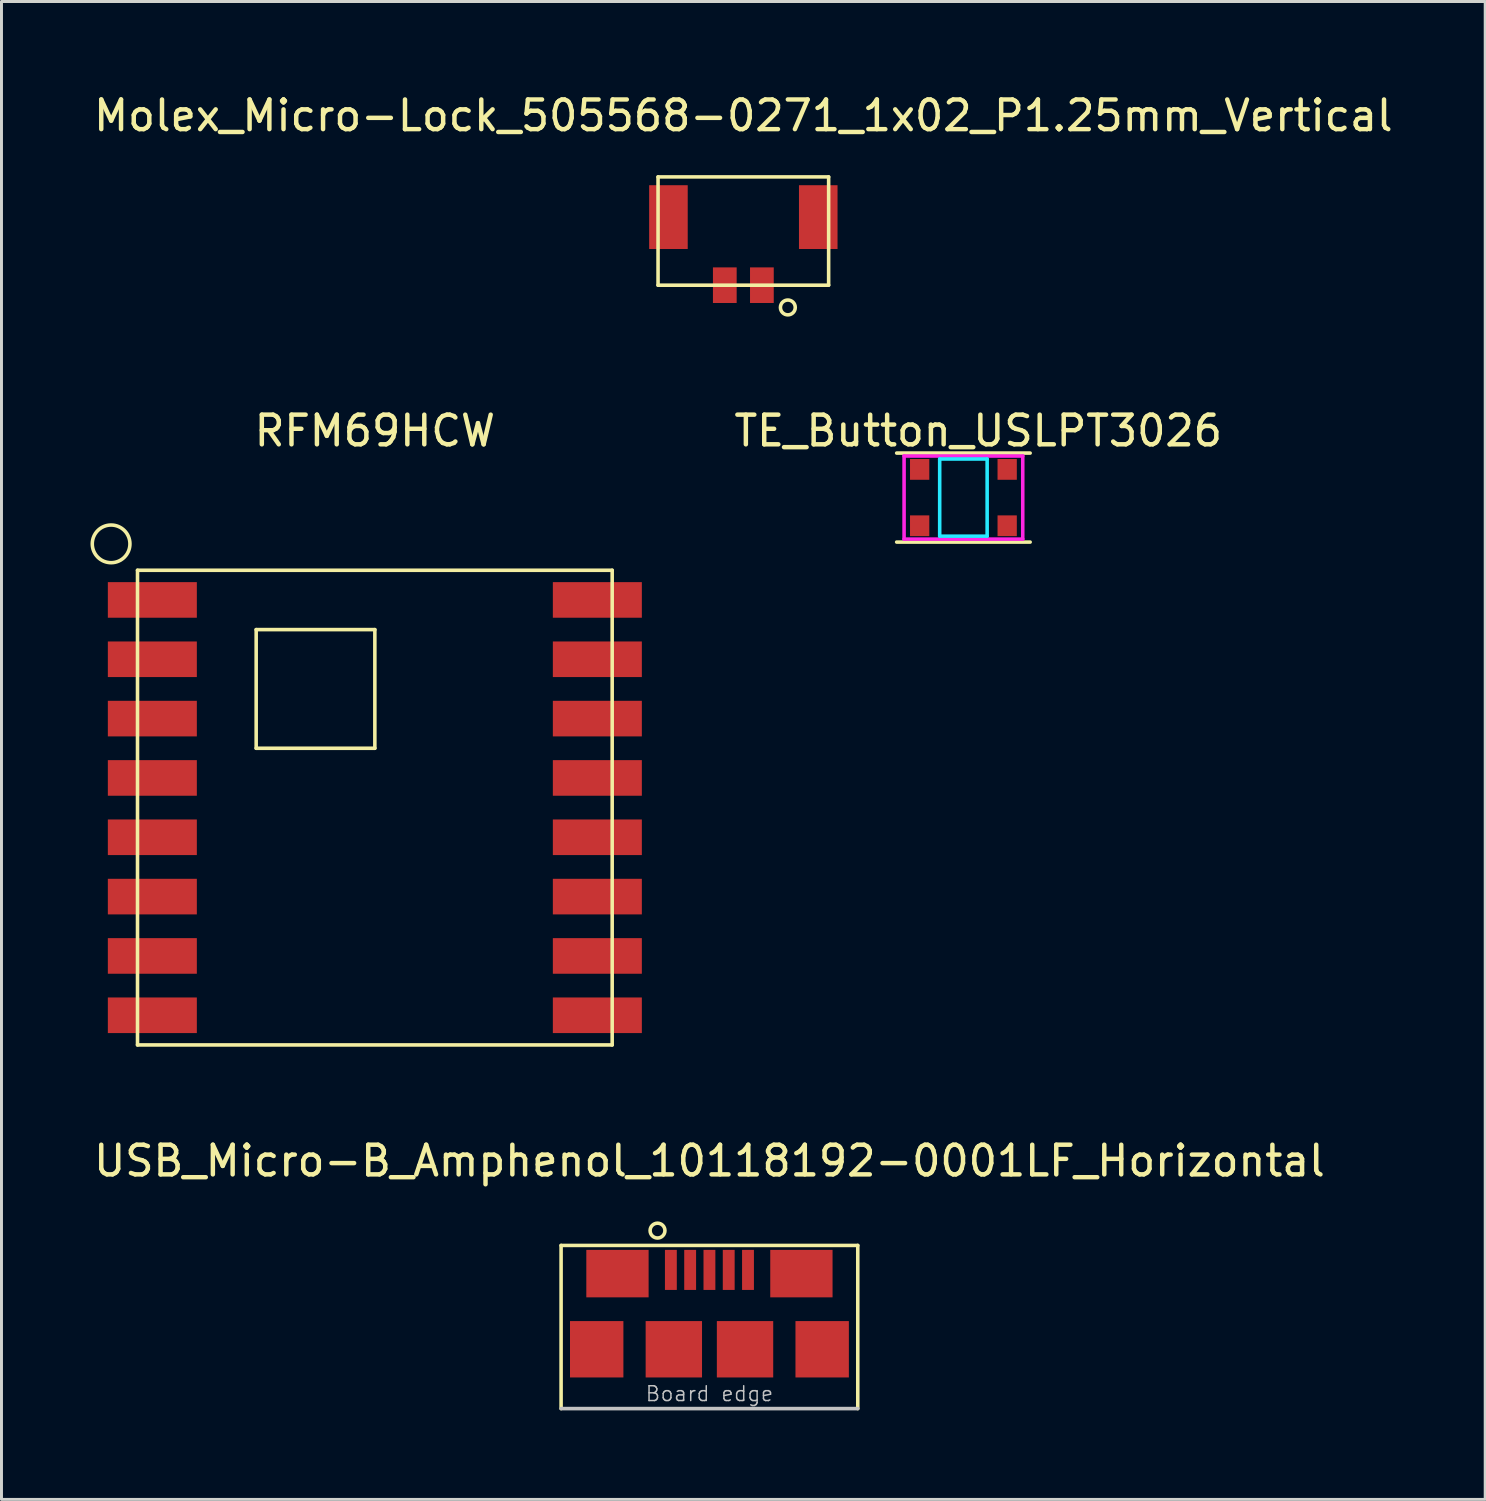
<source format=kicad_pcb>
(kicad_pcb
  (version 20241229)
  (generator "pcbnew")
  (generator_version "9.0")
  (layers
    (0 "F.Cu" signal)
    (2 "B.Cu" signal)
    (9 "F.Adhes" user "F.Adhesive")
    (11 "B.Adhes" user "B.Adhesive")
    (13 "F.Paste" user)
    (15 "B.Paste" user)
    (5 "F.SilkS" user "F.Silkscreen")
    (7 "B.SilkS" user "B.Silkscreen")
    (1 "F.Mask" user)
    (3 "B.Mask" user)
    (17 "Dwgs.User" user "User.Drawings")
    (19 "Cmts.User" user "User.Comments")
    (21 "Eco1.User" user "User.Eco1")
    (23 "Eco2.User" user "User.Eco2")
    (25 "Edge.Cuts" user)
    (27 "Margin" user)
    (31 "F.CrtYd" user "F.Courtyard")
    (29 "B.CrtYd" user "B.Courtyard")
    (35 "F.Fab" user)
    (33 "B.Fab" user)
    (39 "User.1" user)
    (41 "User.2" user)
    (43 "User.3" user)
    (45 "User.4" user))
  (footprint "Molex_Micro-Lock_505568-0271_1x02_P1.25mm_Vertical"
    (layer "F.Cu")
    (at 22.006 6.563)
    (property "Reference" "Molex_Micro-Lock_505568-0271_1x02_P1.25mm_Vertical" (at 0 -5.715 0) (layer "F.SilkS") (effects (font (size 1 1) (thickness 0.15))))
    (attr through_hole)
    (fp_line (start -2.875 -3.65) (end -2.875 0) (stroke (width 0.12) (type solid)) (layer "F.SilkS"))
    (fp_line (start -2.875 0) (end 2.875 0) (stroke (width 0.12) (type solid)) (layer "F.SilkS"))
    (fp_line (start 2.875 -3.65) (end -2.875 -3.65) (stroke (width 0.12) (type solid)) (layer "F.SilkS"))
    (fp_line (start 2.875 0) (end 2.875 -3.65) (stroke (width 0.12) (type solid)) (layer "F.SilkS"))
    (fp_circle (center 1.5 0.75) (end 1.5 1) (stroke (width 0.12) (type solid)) (fill no) (layer "F.SilkS"))
    (pad "" smd rect (at -2.525 -2.295) (size 1.3 2.15) (layers "F.Cu" "F.Mask" "F.Paste"))
    (pad "" smd rect (at 2.525 -2.295) (size 1.3 2.15) (layers "F.Cu" "F.Mask" "F.Paste"))
    (pad "1" smd rect (at 0.625 0) (size 0.8 1.2) (layers "F.Cu" "F.Mask" "F.Paste"))
    (pad "2" smd rect (at -0.625 0) (size 0.8 1.2) (layers "F.Cu" "F.Mask" "F.Paste")))
  (footprint "USB_Micro-B_Amphenol_10118192-0001LF_Horizontal"
    (layer "F.Cu")
    (at 20.863 42.43)
    (property "Reference" "USB_Micro-B_Amphenol_10118192-0001LF_Horizontal" (at 0 -6.35 0) (layer "F.SilkS") (effects (font (size 1 1) (thickness 0.15))))
    (attr through_hole)
    (fp_line (start -5 -3.5) (end 5 -3.5) (stroke (width 0.12) (type solid)) (layer "F.SilkS"))
    (fp_line (start -5 2) (end -5 -3.5) (stroke (width 0.12) (type solid)) (layer "F.SilkS"))
    (fp_line (start 5 -3.5) (end 5 2) (stroke (width 0.12) (type solid)) (layer "F.SilkS"))
    (fp_circle (center -1.75 -4) (end -2 -4) (stroke (width 0.12) (type solid)) (fill no) (layer "F.SilkS"))
    (fp_line (start -5 2) (end 5 2) (stroke (width 0.12) (type solid)) (layer "Dwgs.User"))
    (fp_text user "Board edge" (at 0 1.5 0) (layer "Dwgs.User") (effects (font (size 0.5 0.5) (thickness 0.05))))
    (pad "1" smd rect (at -1.3 -2.675) (size 0.4 1.35) (layers "F.Cu" "F.Mask" "F.Paste"))
    (pad "2" smd rect (at -0.65 -2.675) (size 0.4 1.35) (layers "F.Cu" "F.Mask" "F.Paste"))
    (pad "3" smd rect (at 0 -2.675) (size 0.4 1.35) (layers "F.Cu" "F.Mask" "F.Paste"))
    (pad "4" smd rect (at 0.65 -2.675) (size 0.4 1.35) (layers "F.Cu" "F.Mask" "F.Paste"))
    (pad "5" smd rect (at 1.3 -2.675) (size 0.4 1.35) (layers "F.Cu" "F.Mask" "F.Paste"))
    (pad "6" smd rect (at -3.8 0) (size 1.8 1.9) (layers "F.Cu" "F.Mask" "F.Paste"))
    (pad "6" smd rect (at -3.1 -2.55) (size 2.1 1.6) (layers "F.Cu" "F.Mask" "F.Paste"))
    (pad "6" smd rect (at -1.2 0) (size 1.9 1.9) (layers "F.Cu" "F.Mask" "F.Paste"))
    (pad "6" smd rect (at 1.2 0) (size 1.9 1.9) (layers "F.Cu" "F.Mask" "F.Paste"))
    (pad "6" smd rect (at 3.1 -2.55) (size 2.1 1.6) (layers "F.Cu" "F.Mask" "F.Paste"))
    (pad "6" smd rect (at 3.8 0) (size 1.8 1.9) (layers "F.Cu" "F.Mask" "F.Paste")))
  (footprint "TE_Button_USLPT3026"
    (layer "F.Cu")
    (at 29.424 13.722)
    (property "Reference" "TE_Button_USLPT3026" (at 0.5 -2.25 0) (layer "F.SilkS") (effects (font (size 1 1) (thickness 0.15))))
    (attr through_hole)
    (fp_line (start 2.25 -1.5) (end -2.25 -1.5) (stroke (width 0.12) (type solid)) (layer "F.SilkS"))
    (fp_line (start 2.25 1.5) (end -2.25 1.5) (stroke (width 0.12) (type solid)) (layer "F.SilkS"))
    (fp_line (start -0.8 -1.3) (end -0.8 1.3) (stroke (width 0.12) (type solid)) (layer "B.CrtYd"))
    (fp_line (start -0.8 -1.3) (end 0.8 -1.3) (stroke (width 0.12) (type solid)) (layer "B.CrtYd"))
    (fp_line (start 0.8 -1.3) (end 0.8 1.3) (stroke (width 0.12) (type solid)) (layer "B.CrtYd"))
    (fp_line (start 0.8 1.3) (end -0.8 1.3) (stroke (width 0.12) (type solid)) (layer "B.CrtYd"))
    (fp_line (start -2 -1.4) (end 2 -1.4) (stroke (width 0.12) (type solid)) (layer "F.CrtYd"))
    (fp_line (start -2 1.4) (end -2 -1.4) (stroke (width 0.12) (type solid)) (layer "F.CrtYd"))
    (fp_line (start 2 -1.4) (end 2 1.4) (stroke (width 0.12) (type solid)) (layer "F.CrtYd"))
    (fp_line (start 2 1.4) (end -2 1.4) (stroke (width 0.12) (type solid)) (layer "F.CrtYd"))
    (pad "1" smd rect (at -1.475 -0.95) (size 0.65 0.7) (layers "F.Cu" "F.Mask" "F.Paste"))
    (pad "1" smd rect (at 1.475 -0.95) (size 0.65 0.7) (layers "F.Cu" "F.Mask" "F.Paste"))
    (pad "2" smd rect (at -1.475 0.95) (size 0.65 0.7) (layers "F.Cu" "F.Mask" "F.Paste"))
    (pad "2" smd rect (at 1.475 0.95) (size 0.65 0.7) (layers "F.Cu" "F.Mask" "F.Paste")))
  (footprint "RFM69HCW"
    (layer "F.Cu")
    (at 9.585 24.172)
    (property "Reference" "RFM69HCW" (at 0 -12.7 0) (layer "F.SilkS") (effects (font (size 1 1) (thickness 0.15))))
    (attr through_hole)
    (fp_line (start -8 -8) (end 8 -8) (stroke (width 0.12) (type solid)) (layer "F.SilkS"))
    (fp_line (start -8 8) (end -8 -8) (stroke (width 0.12) (type solid)) (layer "F.SilkS"))
    (fp_line (start -4 -6) (end -4 -2) (stroke (width 0.12) (type solid)) (layer "F.SilkS"))
    (fp_line (start -4 -2) (end 0 -2) (stroke (width 0.12) (type solid)) (layer "F.SilkS"))
    (fp_line (start 0 -6) (end -4 -6) (stroke (width 0.12) (type solid)) (layer "F.SilkS"))
    (fp_line (start 0 -2) (end 0 -6) (stroke (width 0.12) (type solid)) (layer "F.SilkS"))
    (fp_line (start 8 -8) (end 8 8) (stroke (width 0.12) (type solid)) (layer "F.SilkS"))
    (fp_line (start 8 8) (end -8 8) (stroke (width 0.12) (type solid)) (layer "F.SilkS"))
    (fp_circle (center -8.89 -8.89) (end -9.525 -8.89) (stroke (width 0.12) (type solid)) (fill no) (layer "F.SilkS"))
    (pad "1" smd rect (at -7.5 -7) (size 3 1.2) (layers "F.Cu" "F.Mask" "F.Paste"))
    (pad "2" smd rect (at -7.5 -5) (size 3 1.2) (layers "F.Cu" "F.Mask" "F.Paste"))
    (pad "3" smd rect (at -7.5 -3) (size 3 1.2) (layers "F.Cu" "F.Mask" "F.Paste"))
    (pad "4" smd rect (at -7.5 -1) (size 3 1.2) (layers "F.Cu" "F.Mask" "F.Paste"))
    (pad "5" smd rect (at -7.5 1) (size 3 1.2) (layers "F.Cu" "F.Mask" "F.Paste"))
    (pad "6" smd rect (at -7.5 3) (size 3 1.2) (layers "F.Cu" "F.Mask" "F.Paste"))
    (pad "7" smd rect (at -7.5 5) (size 3 1.2) (layers "F.Cu" "F.Mask" "F.Paste"))
    (pad "8" smd rect (at -7.5 7) (size 3 1.2) (layers "F.Cu" "F.Mask" "F.Paste"))
    (pad "9" smd rect (at 7.5 7) (size 3 1.2) (layers "F.Cu" "F.Mask" "F.Paste"))
    (pad "10" smd rect (at 7.5 5) (size 3 1.2) (layers "F.Cu" "F.Mask" "F.Paste"))
    (pad "11" smd rect (at 7.5 3) (size 3 1.2) (layers "F.Cu" "F.Mask" "F.Paste"))
    (pad "12" smd rect (at 7.5 1) (size 3 1.2) (layers "F.Cu" "F.Mask" "F.Paste"))
    (pad "13" smd rect (at 7.5 -1) (size 3 1.2) (layers "F.Cu" "F.Mask" "F.Paste"))
    (pad "14" smd rect (at 7.5 -3) (size 3 1.2) (layers "F.Cu" "F.Mask" "F.Paste"))
    (pad "15" smd rect (at 7.5 -5) (size 3 1.2) (layers "F.Cu" "F.Mask" "F.Paste"))
    (pad "16" smd rect (at 7.5 -7) (size 3 1.2) (layers "F.Cu" "F.Mask" "F.Paste")))
  (gr_rect
    (start -3 -3)
    (end 47.012 47.49)
    (stroke (width 0.1) (type default))
    (fill no)
    (layer "Edge.Cuts")))
</source>
